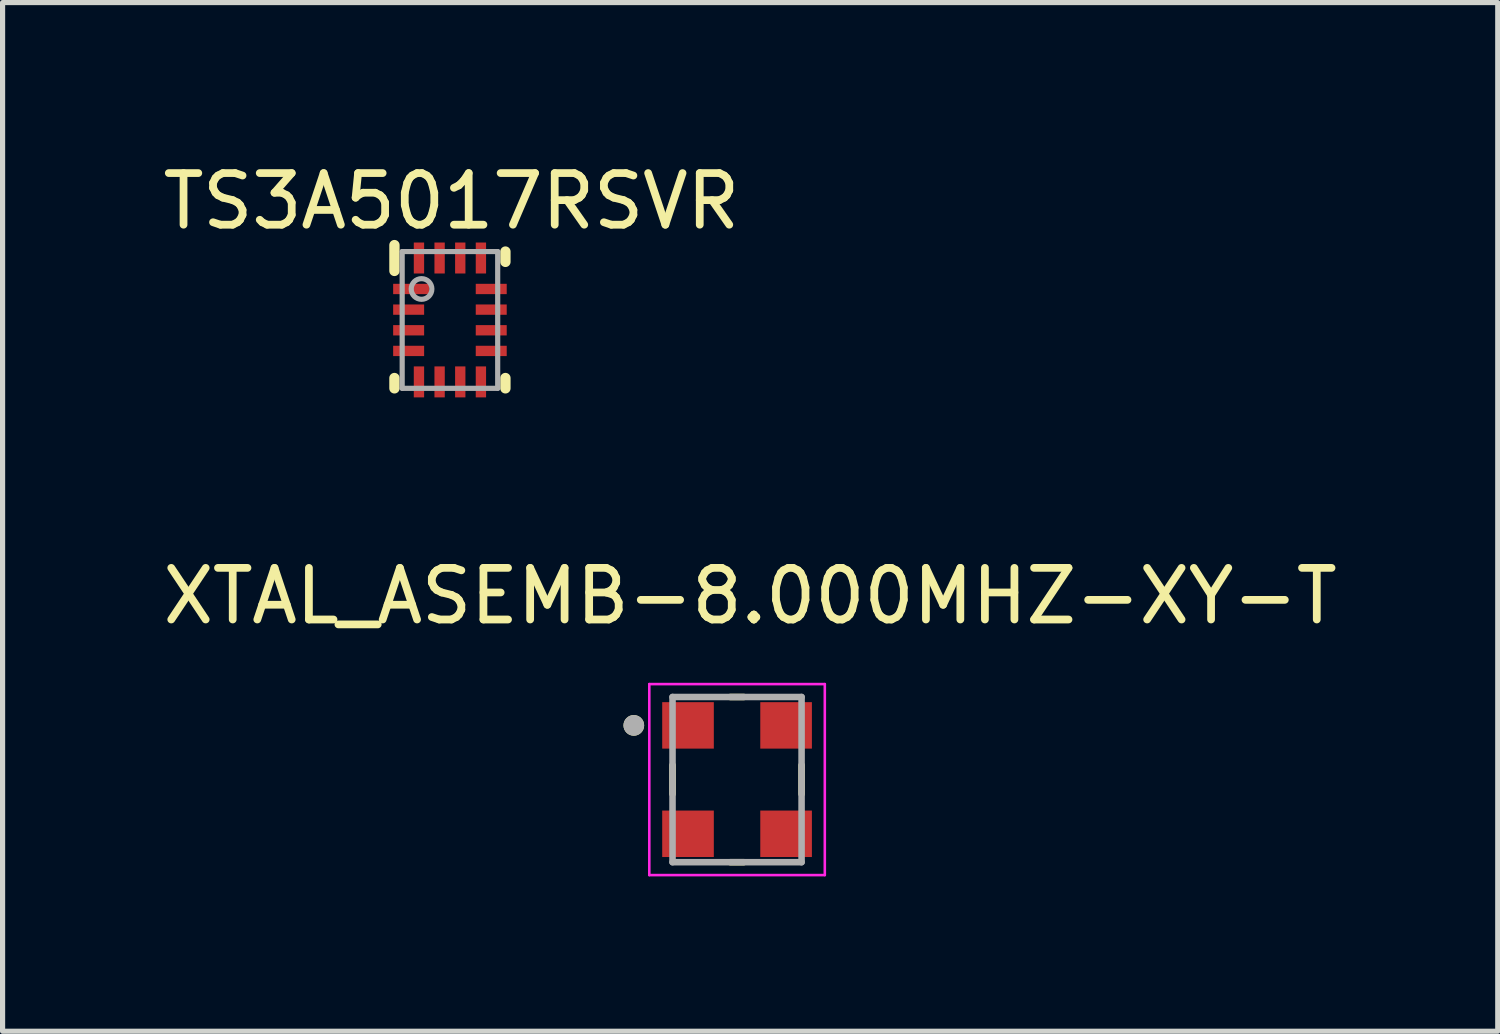
<source format=kicad_pcb>
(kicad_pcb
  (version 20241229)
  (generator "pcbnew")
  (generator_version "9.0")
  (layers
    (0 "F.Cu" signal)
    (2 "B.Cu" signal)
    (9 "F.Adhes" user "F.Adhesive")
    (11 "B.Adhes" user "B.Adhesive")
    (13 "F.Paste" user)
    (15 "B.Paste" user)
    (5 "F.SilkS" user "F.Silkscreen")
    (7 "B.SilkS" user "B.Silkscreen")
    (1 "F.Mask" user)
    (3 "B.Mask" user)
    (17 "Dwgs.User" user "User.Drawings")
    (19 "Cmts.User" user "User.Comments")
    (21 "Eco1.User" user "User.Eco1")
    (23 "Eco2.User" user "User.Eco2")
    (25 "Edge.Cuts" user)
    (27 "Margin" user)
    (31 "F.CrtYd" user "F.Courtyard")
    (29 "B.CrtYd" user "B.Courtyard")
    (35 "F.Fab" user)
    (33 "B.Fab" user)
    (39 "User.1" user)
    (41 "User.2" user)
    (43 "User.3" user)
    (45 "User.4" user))
  (footprint "XTAL_ASEMB-8.000MHZ-XY-T"
    (layer "F.Cu")
    (at 11.228 12.052)
    (property "Reference" "XTAL_ASEMB-8.000MHZ-XY-T" (at 0.254 -3.556 0) (layer "F.SilkS") (effects (font (size 1 1) (thickness 0.15))))
    (attr smd)
    (fp_line (start -1.25 -0.28) (end -1.25 0.28) (stroke (width 0.127) (type solid)) (layer "F.SilkS"))
    (fp_line (start -0.13 -1.6) (end 0.13 -1.6) (stroke (width 0.127) (type solid)) (layer "F.SilkS"))
    (fp_line (start 0.13 1.6) (end -0.13 1.6) (stroke (width 0.127) (type solid)) (layer "F.SilkS"))
    (fp_line (start 1.25 0.28) (end 1.25 -0.28) (stroke (width 0.127) (type solid)) (layer "F.SilkS"))
    (fp_circle (center -2 -1.05) (end -1.9 -1.05) (stroke (width 0.2) (type solid)) (fill no) (layer "F.SilkS"))
    (fp_line (start -1.7 -1.85) (end 1.7 -1.85) (stroke (width 0.05) (type solid)) (layer "F.CrtYd"))
    (fp_line (start -1.7 1.85) (end -1.7 -1.85) (stroke (width 0.05) (type solid)) (layer "F.CrtYd"))
    (fp_line (start 1.7 -1.85) (end 1.7 1.85) (stroke (width 0.05) (type solid)) (layer "F.CrtYd"))
    (fp_line (start 1.7 1.85) (end -1.7 1.85) (stroke (width 0.05) (type solid)) (layer "F.CrtYd"))
    (fp_line (start -1.25 -1.6) (end 1.25 -1.6) (stroke (width 0.127) (type solid)) (layer "F.Fab"))
    (fp_line (start -1.25 1.6) (end -1.25 -1.6) (stroke (width 0.127) (type solid)) (layer "F.Fab"))
    (fp_line (start 1.25 -1.6) (end 1.25 1.6) (stroke (width 0.127) (type solid)) (layer "F.Fab"))
    (fp_line (start 1.25 1.6) (end -1.25 1.6) (stroke (width 0.127) (type solid)) (layer "F.Fab"))
    (fp_circle (center -2 -1.05) (end -1.9 -1.05) (stroke (width 0.2) (type solid)) (fill no) (layer "F.Fab"))
    (pad "1" smd rect (at -0.95 -1.05) (size 1 0.9) (layers "F.Cu" "F.Mask" "F.Paste"))
    (pad "2" smd rect (at -0.95 1.05) (size 1 0.9) (layers "F.Cu" "F.Mask" "F.Paste"))
    (pad "3" smd rect (at 0.95 1.05) (size 1 0.9) (layers "F.Cu" "F.Mask" "F.Paste"))
    (pad "4" smd rect (at 0.95 -1.05) (size 1 0.9) (layers "F.Cu" "F.Mask" "F.Paste")))
  (footprint "TS3A5017RSVR"
    (layer "F.Cu")
    (at 5.666 3.148)
    (property "Reference" "TS3A5017RSVR" (at 0.03 -2.3 0) (unlocked yes) (layer "F.SilkS") (effects (font (size 1 1) (thickness 0.15))))
    (attr smd)
    (fp_line (start -1.075 1.325) (end -1.075 1.125) (stroke (width 0.2) (type solid)) (layer "F.SilkS"))
    (fp_line (start -1.075 -0.95) (end -1.075 -1.45) (stroke (width 0.2) (type solid)) (layer "F.SilkS"))
    (fp_line (start 1.075 -1.125) (end 1.075 -1.325) (stroke (width 0.2) (type solid)) (layer "F.SilkS"))
    (fp_line (start 1.075 1.325) (end 1.075 1.125) (stroke (width 0.2) (type solid)) (layer "F.SilkS"))
    (fp_line (start -0.925 -1.325) (end 0.925 -1.325) (stroke (width 0.1) (type solid)) (layer "F.Fab"))
    (fp_line (start -0.925 1.325) (end -0.925 -1.325) (stroke (width 0.1) (type solid)) (layer "F.Fab"))
    (fp_line (start -0.925 1.325) (end 0.925 1.325) (stroke (width 0.1) (type solid)) (layer "F.Fab"))
    (fp_line (start 0.925 1.325) (end 0.925 -1.325) (stroke (width 0.1) (type solid)) (layer "F.Fab"))
    (fp_circle (center -0.55 -0.6) (end -0.35 -0.6) (stroke (width 0.1) (type solid)) (fill no) (layer "F.Fab"))
    (pad "1" smd rect (at -0.75 -0.6 90) (size 0.2 0.7) (layers "F.Cu" "F.Mask" "F.Paste"))
    (pad "2" smd rect (at -0.8 -0.2 90) (size 0.2 0.6) (layers "F.Cu" "F.Mask" "F.Paste"))
    (pad "3" smd rect (at -0.8 0.2 90) (size 0.2 0.6) (layers "F.Cu" "F.Mask" "F.Paste"))
    (pad "4" smd rect (at -0.8 0.6 90) (size 0.2 0.6) (layers "F.Cu" "F.Mask" "F.Paste"))
    (pad "5" smd rect (at -0.6 1.2) (size 0.2 0.6) (layers "F.Cu" "F.Mask" "F.Paste"))
    (pad "6" smd rect (at -0.2 1.2) (size 0.2 0.6) (layers "F.Cu" "F.Mask" "F.Paste"))
    (pad "7" smd rect (at 0.2 1.2) (size 0.2 0.6) (layers "F.Cu" "F.Mask" "F.Paste"))
    (pad "8" smd rect (at 0.6 1.2) (size 0.2 0.6) (layers "F.Cu" "F.Mask" "F.Paste"))
    (pad "9" smd rect (at 0.8 0.6 90) (size 0.2 0.6) (layers "F.Cu" "F.Mask" "F.Paste"))
    (pad "10" smd rect (at 0.8 0.2 90) (size 0.2 0.6) (layers "F.Cu" "F.Mask" "F.Paste"))
    (pad "11" smd rect (at 0.8 -0.2 90) (size 0.2 0.6) (layers "F.Cu" "F.Mask" "F.Paste"))
    (pad "12" smd rect (at 0.8 -0.6 90) (size 0.2 0.6) (layers "F.Cu" "F.Mask" "F.Paste"))
    (pad "13" smd rect (at 0.6 -1.2) (size 0.2 0.6) (layers "F.Cu" "F.Mask" "F.Paste"))
    (pad "14" smd rect (at 0.2 -1.2) (size 0.2 0.6) (layers "F.Cu" "F.Mask" "F.Paste"))
    (pad "15" smd rect (at -0.2 -1.2) (size 0.2 0.6) (layers "F.Cu" "F.Mask" "F.Paste"))
    (pad "16" smd rect (at -0.6 -1.2) (size 0.2 0.6) (layers "F.Cu" "F.Mask" "F.Paste")))
  (gr_rect
    (start -3 -3)
    (end 25.964 16.927)
    (stroke (width 0.1) (type default))
    (fill no)
    (layer "Edge.Cuts")))
</source>
